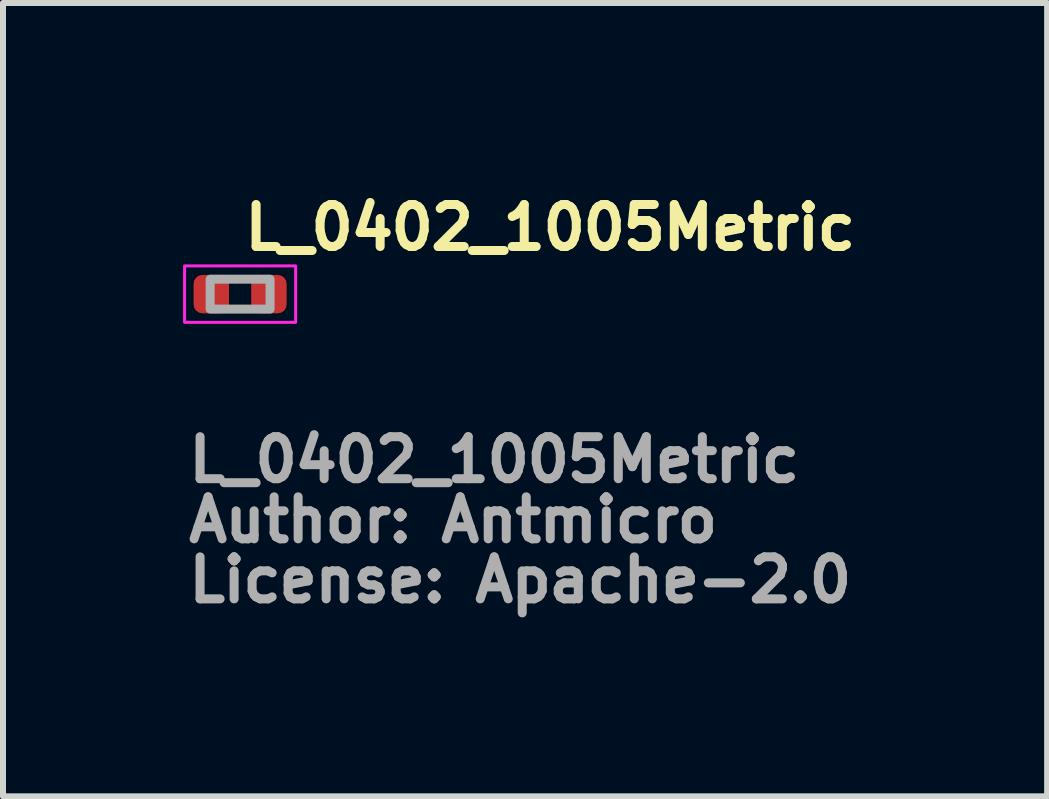
<source format=kicad_pcb>
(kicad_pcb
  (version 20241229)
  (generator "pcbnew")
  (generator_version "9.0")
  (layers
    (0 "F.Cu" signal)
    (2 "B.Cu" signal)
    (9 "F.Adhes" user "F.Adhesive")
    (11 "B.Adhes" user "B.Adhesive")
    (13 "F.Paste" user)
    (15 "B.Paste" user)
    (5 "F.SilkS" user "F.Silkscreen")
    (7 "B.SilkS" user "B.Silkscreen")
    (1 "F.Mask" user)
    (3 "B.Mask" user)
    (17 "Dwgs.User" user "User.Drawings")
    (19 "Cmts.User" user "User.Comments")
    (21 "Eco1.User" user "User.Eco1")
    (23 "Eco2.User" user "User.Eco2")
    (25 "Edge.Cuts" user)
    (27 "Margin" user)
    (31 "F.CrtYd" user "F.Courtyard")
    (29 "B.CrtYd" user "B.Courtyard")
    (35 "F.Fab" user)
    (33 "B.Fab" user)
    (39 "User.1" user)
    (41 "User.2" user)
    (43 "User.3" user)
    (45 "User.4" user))
  (footprint "L_0402_1005Metric"
    (layer "F.Cu")
    (at 0.95 1.85)
    (property "Reference" "L_0402_1005Metric" (at 0.001 -0.7 0) (layer "F.SilkS") (effects (font (size 0.7 0.7) (thickness 0.15)) (justify left bottom)))
    (attr smd)
    (fp_rect (start -0.925 -0.47) (end 0.925 0.47) (stroke (width 0.05) (type default)) (fill no) (layer "F.CrtYd"))
    (fp_rect (start -0.499 -0.249) (end 0.499 0.249) (stroke (width 0.15) (type solid)) (fill no) (layer "F.Fab"))
    (fp_line (start -0.499 -0.244) (end -0.499 -0.243) (stroke (width 0.1) (type solid)) (layer "User.5"))
    (fp_line (start -0.499 -0.243) (end -0.499 -0.243) (stroke (width 0.1) (type solid)) (layer "User.5"))
    (fp_line (start -0.499 -0.243) (end -0.499 -0.242) (stroke (width 0.1) (type solid)) (layer "User.5"))
    (fp_line (start -0.499 -0.242) (end -0.499 -0.242) (stroke (width 0.1) (type solid)) (layer "User.5"))
    (fp_line (start -0.499 -0.242) (end -0.499 -0.242) (stroke (width 0.1) (type solid)) (layer "User.5"))
    (fp_line (start -0.499 -0.242) (end -0.499 -0.241) (stroke (width 0.1) (type solid)) (layer "User.5"))
    (fp_line (start -0.499 -0.241) (end -0.499 -0.241) (stroke (width 0.1) (type solid)) (layer "User.5"))
    (fp_line (start -0.499 -0.241) (end -0.499 -0.24) (stroke (width 0.1) (type solid)) (layer "User.5"))
    (fp_line (start -0.499 -0.24) (end -0.499 -0.239) (stroke (width 0.1) (type solid)) (layer "User.5"))
    (fp_line (start -0.499 -0.239) (end -0.499 -0.239) (stroke (width 0.1) (type solid)) (layer "User.5"))
    (fp_line (start -0.499 -0.239) (end -0.499 -0.239) (stroke (width 0.1) (type solid)) (layer "User.5"))
    (fp_line (start -0.499 -0.239) (end -0.499 -0.239) (stroke (width 0.1) (type solid)) (layer "User.5"))
    (fp_line (start -0.499 0.24) (end -0.499 -0.239) (stroke (width 0.1) (type solid)) (layer "User.5"))
    (fp_line (start -0.499 0.24) (end -0.499 0.24) (stroke (width 0.1) (type solid)) (layer "User.5"))
    (fp_line (start -0.499 0.24) (end -0.499 0.24) (stroke (width 0.1) (type solid)) (layer "User.5"))
    (fp_line (start -0.499 0.24) (end -0.499 0.24) (stroke (width 0.1) (type solid)) (layer "User.5"))
    (fp_line (start -0.499 0.24) (end -0.499 0.24) (stroke (width 0.1) (type solid)) (layer "User.5"))
    (fp_line (start -0.499 0.24) (end -0.499 0.24) (stroke (width 0.1) (type solid)) (layer "User.5"))
    (fp_line (start -0.499 0.24) (end -0.499 0.241) (stroke (width 0.1) (type solid)) (layer "User.5"))
    (fp_line (start -0.499 0.241) (end -0.499 0.241) (stroke (width 0.1) (type solid)) (layer "User.5"))
    (fp_line (start -0.499 0.241) (end -0.499 0.241) (stroke (width 0.1) (type solid)) (layer "User.5"))
    (fp_line (start -0.499 0.241) (end -0.499 0.242) (stroke (width 0.1) (type solid)) (layer "User.5"))
    (fp_line (start -0.499 0.242) (end -0.499 0.242) (stroke (width 0.1) (type solid)) (layer "User.5"))
    (fp_line (start -0.499 0.242) (end -0.499 0.243) (stroke (width 0.1) (type solid)) (layer "User.5"))
    (fp_line (start -0.499 0.243) (end -0.498 0.243) (stroke (width 0.1) (type solid)) (layer "User.5"))
    (fp_line (start -0.498 -0.245) (end -0.498 -0.245) (stroke (width 0.1) (type solid)) (layer "User.5"))
    (fp_line (start -0.498 -0.245) (end -0.498 -0.245) (stroke (width 0.1) (type solid)) (layer "User.5"))
    (fp_line (start -0.498 -0.245) (end -0.498 -0.244) (stroke (width 0.1) (type solid)) (layer "User.5"))
    (fp_line (start -0.498 -0.244) (end -0.499 -0.244) (stroke (width 0.1) (type solid)) (layer "User.5"))
    (fp_line (start -0.498 0.243) (end -0.498 0.244) (stroke (width 0.1) (type solid)) (layer "User.5"))
    (fp_line (start -0.498 0.244) (end -0.498 0.244) (stroke (width 0.1) (type solid)) (layer "User.5"))
    (fp_line (start -0.498 0.244) (end -0.498 0.244) (stroke (width 0.1) (type solid)) (layer "User.5"))
    (fp_line (start -0.498 0.244) (end -0.497 0.245) (stroke (width 0.1) (type solid)) (layer "User.5"))
    (fp_line (start -0.497 -0.247) (end -0.497 -0.246) (stroke (width 0.1) (type solid)) (layer "User.5"))
    (fp_line (start -0.497 -0.246) (end -0.498 -0.245) (stroke (width 0.1) (type solid)) (layer "User.5"))
    (fp_line (start -0.497 -0.246) (end -0.497 -0.246) (stroke (width 0.1) (type solid)) (layer "User.5"))
    (fp_line (start -0.497 0.245) (end -0.497 0.245) (stroke (width 0.1) (type solid)) (layer "User.5"))
    (fp_line (start -0.497 0.245) (end -0.497 0.246) (stroke (width 0.1) (type solid)) (layer "User.5"))
    (fp_line (start -0.497 0.246) (end -0.496 0.246) (stroke (width 0.1) (type solid)) (layer "User.5"))
    (fp_line (start -0.496 -0.247) (end -0.497 -0.247) (stroke (width 0.1) (type solid)) (layer "User.5"))
    (fp_line (start -0.496 -0.247) (end -0.496 -0.247) (stroke (width 0.1) (type solid)) (layer "User.5"))
    (fp_line (start -0.496 0.246) (end -0.496 0.246) (stroke (width 0.1) (type solid)) (layer "User.5"))
    (fp_line (start -0.496 0.246) (end -0.495 0.247) (stroke (width 0.1) (type solid)) (layer "User.5"))
    (fp_line (start -0.495 -0.248) (end -0.496 -0.247) (stroke (width 0.1) (type solid)) (layer "User.5"))
    (fp_line (start -0.495 -0.248) (end -0.495 -0.248) (stroke (width 0.1) (type solid)) (layer "User.5"))
    (fp_line (start -0.495 -0.248) (end -0.495 -0.248) (stroke (width 0.1) (type solid)) (layer "User.5"))
    (fp_line (start -0.495 0.247) (end -0.495 0.247) (stroke (width 0.1) (type solid)) (layer "User.5"))
    (fp_line (start -0.495 0.247) (end -0.495 0.247) (stroke (width 0.1) (type solid)) (layer "User.5"))
    (fp_line (start -0.495 0.247) (end -0.494 0.247) (stroke (width 0.1) (type solid)) (layer "User.5"))
    (fp_line (start -0.494 -0.249) (end -0.494 -0.248) (stroke (width 0.1) (type solid)) (layer "User.5"))
    (fp_line (start -0.494 -0.248) (end -0.495 -0.248) (stroke (width 0.1) (type solid)) (layer "User.5"))
    (fp_line (start -0.494 0.247) (end -0.494 0.248) (stroke (width 0.1) (type solid)) (layer "User.5"))
    (fp_line (start -0.494 0.248) (end -0.493 0.248) (stroke (width 0.1) (type solid)) (layer "User.5"))
    (fp_line (start -0.493 -0.249) (end -0.494 -0.249) (stroke (width 0.1) (type solid)) (layer "User.5"))
    (fp_line (start -0.493 -0.249) (end -0.493 -0.249) (stroke (width 0.1) (type solid)) (layer "User.5"))
    (fp_line (start -0.493 0.248) (end -0.493 0.248) (stroke (width 0.1) (type solid)) (layer "User.5"))
    (fp_line (start -0.493 0.248) (end -0.492 0.248) (stroke (width 0.1) (type solid)) (layer "User.5"))
    (fp_line (start -0.492 -0.249) (end -0.493 -0.249) (stroke (width 0.1) (type solid)) (layer "User.5"))
    (fp_line (start -0.492 -0.249) (end -0.492 -0.249) (stroke (width 0.1) (type solid)) (layer "User.5"))
    (fp_line (start -0.492 -0.249) (end -0.492 -0.249) (stroke (width 0.1) (type solid)) (layer "User.5"))
    (fp_line (start -0.492 0.248) (end -0.492 0.248) (stroke (width 0.1) (type solid)) (layer "User.5"))
    (fp_line (start -0.492 0.248) (end -0.492 0.248) (stroke (width 0.1) (type solid)) (layer "User.5"))
    (fp_line (start -0.492 0.248) (end -0.491 0.248) (stroke (width 0.1) (type solid)) (layer "User.5"))
    (fp_line (start -0.491 -0.249) (end -0.492 -0.249) (stroke (width 0.1) (type solid)) (layer "User.5"))
    (fp_line (start -0.491 -0.249) (end -0.491 -0.249) (stroke (width 0.1) (type solid)) (layer "User.5"))
    (fp_line (start -0.491 0.248) (end -0.491 0.248) (stroke (width 0.1) (type solid)) (layer "User.5"))
    (fp_line (start -0.491 0.248) (end -0.49 0.248) (stroke (width 0.1) (type solid)) (layer "User.5"))
    (fp_line (start -0.489 -0.249) (end -0.299 -0.249) (stroke (width 0.1) (type solid)) (layer "User.5"))
    (fp_line (start -0.299 -0.249) (end -0.299 -0.239) (stroke (width 0.1) (type solid)) (layer "User.5"))
    (fp_line (start -0.299 -0.239) (end -0.299 0.24) (stroke (width 0.1) (type solid)) (layer "User.5"))
    (fp_line (start -0.299 -0.239) (end 0.298 -0.239) (stroke (width 0.1) (type solid)) (layer "User.5"))
    (fp_line (start -0.299 0.24) (end -0.299 0.248) (stroke (width 0.1) (type solid)) (layer "User.5"))
    (fp_line (start -0.299 0.24) (end 0.298 0.24) (stroke (width 0.1) (type solid)) (layer "User.5"))
    (fp_line (start -0.299 0.248) (end -0.489 0.248) (stroke (width 0.1) (type solid)) (layer "User.5"))
    (fp_line (start 0.298 -0.249) (end 0.298 -0.239) (stroke (width 0.1) (type solid)) (layer "User.5"))
    (fp_line (start 0.298 -0.239) (end 0.298 0.24) (stroke (width 0.1) (type solid)) (layer "User.5"))
    (fp_line (start 0.298 0.24) (end 0.298 0.248) (stroke (width 0.1) (type solid)) (layer "User.5"))
    (fp_line (start 0.298 0.248) (end 0.488 0.248) (stroke (width 0.1) (type solid)) (layer "User.5"))
    (fp_line (start 0.488 -0.249) (end 0.298 -0.249) (stroke (width 0.1) (type solid)) (layer "User.5"))
    (fp_line (start 0.49 0.248) (end 0.491 0.248) (stroke (width 0.1) (type solid)) (layer "User.5"))
    (fp_line (start 0.491 -0.249) (end 0.49 -0.249) (stroke (width 0.1) (type solid)) (layer "User.5"))
    (fp_line (start 0.491 -0.249) (end 0.491 -0.249) (stroke (width 0.1) (type solid)) (layer "User.5"))
    (fp_line (start 0.491 -0.249) (end 0.491 -0.249) (stroke (width 0.1) (type solid)) (layer "User.5"))
    (fp_line (start 0.491 0.248) (end 0.491 0.248) (stroke (width 0.1) (type solid)) (layer "User.5"))
    (fp_line (start 0.491 0.248) (end 0.491 0.248) (stroke (width 0.1) (type solid)) (layer "User.5"))
    (fp_line (start 0.491 0.248) (end 0.492 0.248) (stroke (width 0.1) (type solid)) (layer "User.5"))
    (fp_line (start 0.492 -0.249) (end 0.491 -0.249) (stroke (width 0.1) (type solid)) (layer "User.5"))
    (fp_line (start 0.492 -0.249) (end 0.492 -0.249) (stroke (width 0.1) (type solid)) (layer "User.5"))
    (fp_line (start 0.492 0.248) (end 0.492 0.248) (stroke (width 0.1) (type solid)) (layer "User.5"))
    (fp_line (start 0.492 0.248) (end 0.493 0.248) (stroke (width 0.1) (type solid)) (layer "User.5"))
    (fp_line (start 0.493 -0.249) (end 0.492 -0.249) (stroke (width 0.1) (type solid)) (layer "User.5"))
    (fp_line (start 0.493 -0.248) (end 0.493 -0.249) (stroke (width 0.1) (type solid)) (layer "User.5"))
    (fp_line (start 0.493 0.247) (end 0.494 0.247) (stroke (width 0.1) (type solid)) (layer "User.5"))
    (fp_line (start 0.493 0.248) (end 0.493 0.247) (stroke (width 0.1) (type solid)) (layer "User.5"))
    (fp_line (start 0.494 -0.248) (end 0.493 -0.248) (stroke (width 0.1) (type solid)) (layer "User.5"))
    (fp_line (start 0.494 -0.248) (end 0.494 -0.248) (stroke (width 0.1) (type solid)) (layer "User.5"))
    (fp_line (start 0.494 -0.248) (end 0.494 -0.248) (stroke (width 0.1) (type solid)) (layer "User.5"))
    (fp_line (start 0.494 0.247) (end 0.494 0.247) (stroke (width 0.1) (type solid)) (layer "User.5"))
    (fp_line (start 0.494 0.247) (end 0.494 0.247) (stroke (width 0.1) (type solid)) (layer "User.5"))
    (fp_line (start 0.494 0.247) (end 0.495 0.246) (stroke (width 0.1) (type solid)) (layer "User.5"))
    (fp_line (start 0.495 -0.247) (end 0.494 -0.248) (stroke (width 0.1) (type solid)) (layer "User.5"))
    (fp_line (start 0.495 -0.247) (end 0.495 -0.247) (stroke (width 0.1) (type solid)) (layer "User.5"))
    (fp_line (start 0.495 0.246) (end 0.495 0.246) (stroke (width 0.1) (type solid)) (layer "User.5"))
    (fp_line (start 0.495 0.246) (end 0.496 0.246) (stroke (width 0.1) (type solid)) (layer "User.5"))
    (fp_line (start 0.496 -0.247) (end 0.495 -0.247) (stroke (width 0.1) (type solid)) (layer "User.5"))
    (fp_line (start 0.496 -0.246) (end 0.496 -0.247) (stroke (width 0.1) (type solid)) (layer "User.5"))
    (fp_line (start 0.496 -0.246) (end 0.496 -0.246) (stroke (width 0.1) (type solid)) (layer "User.5"))
    (fp_line (start 0.496 0.245) (end 0.496 0.245) (stroke (width 0.1) (type solid)) (layer "User.5"))
    (fp_line (start 0.496 0.245) (end 0.497 0.244) (stroke (width 0.1) (type solid)) (layer "User.5"))
    (fp_line (start 0.496 0.246) (end 0.496 0.245) (stroke (width 0.1) (type solid)) (layer "User.5"))
    (fp_line (start 0.497 -0.245) (end 0.496 -0.246) (stroke (width 0.1) (type solid)) (layer "User.5"))
    (fp_line (start 0.497 -0.245) (end 0.497 -0.245) (stroke (width 0.1) (type solid)) (layer "User.5"))
    (fp_line (start 0.497 -0.245) (end 0.497 -0.245) (stroke (width 0.1) (type solid)) (layer "User.5"))
    (fp_line (start 0.497 -0.244) (end 0.497 -0.245) (stroke (width 0.1) (type solid)) (layer "User.5"))
    (fp_line (start 0.497 0.243) (end 0.498 0.243) (stroke (width 0.1) (type solid)) (layer "User.5"))
    (fp_line (start 0.497 0.244) (end 0.497 0.243) (stroke (width 0.1) (type solid)) (layer "User.5"))
    (fp_line (start 0.497 0.244) (end 0.497 0.244) (stroke (width 0.1) (type solid)) (layer "User.5"))
    (fp_line (start 0.497 0.244) (end 0.497 0.244) (stroke (width 0.1) (type solid)) (layer "User.5"))
    (fp_line (start 0.498 -0.244) (end 0.497 -0.244) (stroke (width 0.1) (type solid)) (layer "User.5"))
    (fp_line (start 0.498 -0.243) (end 0.498 -0.244) (stroke (width 0.1) (type solid)) (layer "User.5"))
    (fp_line (start 0.498 -0.243) (end 0.498 -0.243) (stroke (width 0.1) (type solid)) (layer "User.5"))
    (fp_line (start 0.498 -0.242) (end 0.498 -0.243) (stroke (width 0.1) (type solid)) (layer "User.5"))
    (fp_line (start 0.498 -0.242) (end 0.498 -0.242) (stroke (width 0.1) (type solid)) (layer "User.5"))
    (fp_line (start 0.498 -0.242) (end 0.498 -0.242) (stroke (width 0.1) (type solid)) (layer "User.5"))
    (fp_line (start 0.498 -0.241) (end 0.498 -0.242) (stroke (width 0.1) (type solid)) (layer "User.5"))
    (fp_line (start 0.498 -0.241) (end 0.498 -0.241) (stroke (width 0.1) (type solid)) (layer "User.5"))
    (fp_line (start 0.498 -0.24) (end 0.498 -0.241) (stroke (width 0.1) (type solid)) (layer "User.5"))
    (fp_line (start 0.498 0.24) (end 0.498 -0.239) (stroke (width 0.1) (type solid)) (layer "User.5"))
    (fp_line (start 0.498 0.24) (end 0.498 0.24) (stroke (width 0.1) (type solid)) (layer "User.5"))
    (fp_line (start 0.498 0.241) (end 0.498 0.24) (stroke (width 0.1) (type solid)) (layer "User.5"))
    (fp_line (start 0.498 0.241) (end 0.498 0.241) (stroke (width 0.1) (type solid)) (layer "User.5"))
    (fp_line (start 0.498 0.241) (end 0.498 0.241) (stroke (width 0.1) (type solid)) (layer "User.5"))
    (fp_line (start 0.498 0.242) (end 0.498 0.241) (stroke (width 0.1) (type solid)) (layer "User.5"))
    (fp_line (start 0.498 0.242) (end 0.498 0.242) (stroke (width 0.1) (type solid)) (layer "User.5"))
    (fp_line (start 0.498 0.243) (end 0.498 0.242) (stroke (width 0.1) (type solid)) (layer "User.5"))
    (fp_rect (start -0.499 -0.249) (end 0.498 0.248) (stroke (width 0.1) (type solid)) (fill no) (layer "User.5"))
    (fp_line (start -0.499 -0.244) (end -0.499 -0.243) (stroke (width 0.02) (type solid)) (layer "User.9"))
    (fp_line (start -0.499 -0.243) (end -0.499 -0.243) (stroke (width 0.02) (type solid)) (layer "User.9"))
    (fp_line (start -0.499 -0.243) (end -0.499 -0.242) (stroke (width 0.02) (type solid)) (layer "User.9"))
    (fp_line (start -0.499 -0.242) (end -0.499 -0.242) (stroke (width 0.02) (type solid)) (layer "User.9"))
    (fp_line (start -0.499 -0.242) (end -0.499 -0.242) (stroke (width 0.02) (type solid)) (layer "User.9"))
    (fp_line (start -0.499 -0.242) (end -0.499 -0.241) (stroke (width 0.02) (type solid)) (layer "User.9"))
    (fp_line (start -0.499 -0.241) (end -0.499 -0.241) (stroke (width 0.02) (type solid)) (layer "User.9"))
    (fp_line (start -0.499 -0.241) (end -0.499 -0.24) (stroke (width 0.02) (type solid)) (layer "User.9"))
    (fp_line (start -0.499 -0.24) (end -0.499 -0.239) (stroke (width 0.02) (type solid)) (layer "User.9"))
    (fp_line (start -0.499 -0.239) (end -0.499 -0.239) (stroke (width 0.02) (type solid)) (layer "User.9"))
    (fp_line (start -0.499 -0.239) (end -0.499 -0.239) (stroke (width 0.02) (type solid)) (layer "User.9"))
    (fp_line (start -0.499 -0.239) (end -0.499 -0.239) (stroke (width 0.02) (type solid)) (layer "User.9"))
    (fp_line (start -0.499 -0.239) (end -0.499 -0.239) (stroke (width 0.02) (type solid)) (layer "User.9"))
    (fp_line (start -0.499 -0.239) (end -0.499 -0.239) (stroke (width 0.02) (type solid)) (layer "User.9"))
    (fp_line (start -0.499 -0.239) (end -0.499 -0.239) (stroke (width 0.02) (type solid)) (layer "User.9"))
    (fp_line (start -0.499 -0.239) (end -0.499 -0.239) (stroke (width 0.02) (type solid)) (layer "User.9"))
    (fp_line (start -0.499 -0.239) (end -0.499 -0.238) (stroke (width 0.02) (type solid)) (layer "User.9"))
    (fp_line (start -0.499 -0.238) (end -0.499 -0.238) (stroke (width 0.02) (type solid)) (layer "User.9"))
    (fp_line (start -0.499 -0.238) (end -0.499 -0.237) (stroke (width 0.02) (type solid)) (layer "User.9"))
    (fp_line (start -0.499 -0.237) (end -0.498 -0.237) (stroke (width 0.02) (type solid)) (layer "User.9"))
    (fp_line (start -0.499 0.236) (end -0.499 0.237) (stroke (width 0.02) (type solid)) (layer "User.9"))
    (fp_line (start -0.499 0.237) (end -0.499 0.237) (stroke (width 0.02) (type solid)) (layer "User.9"))
    (fp_line (start -0.499 0.237) (end -0.499 0.238) (stroke (width 0.02) (type solid)) (layer "User.9"))
    (fp_line (start -0.499 0.238) (end -0.499 0.238) (stroke (width 0.02) (type solid)) (layer "User.9"))
    (fp_line (start -0.499 0.238) (end -0.499 0.238) (stroke (width 0.02) (type solid)) (layer "User.9"))
    (fp_line (start -0.499 0.238) (end -0.499 0.239) (stroke (width 0.02) (type solid)) (layer "User.9"))
    (fp_line (start -0.499 0.239) (end -0.499 0.239) (stroke (width 0.02) (type solid)) (layer "User.9"))
    (fp_line (start -0.499 0.239) (end -0.499 0.24) (stroke (width 0.02) (type solid)) (layer "User.9"))
    (fp_line (start -0.499 0.24) (end -0.499 -0.239) (stroke (width 0.02) (type solid)) (layer "User.9"))
    (fp_line (start -0.499 0.24) (end -0.499 0.24) (stroke (width 0.02) (type solid)) (layer "User.9"))
    (fp_line (start -0.499 0.24) (end -0.499 0.24) (stroke (width 0.02) (type solid)) (layer "User.9"))
    (fp_line (start -0.499 0.24) (end -0.499 0.24) (stroke (width 0.02) (type solid)) (layer "User.9"))
    (fp_line (start -0.499 0.24) (end -0.499 0.24) (stroke (width 0.02) (type solid)) (layer "User.9"))
    (fp_line (start -0.499 0.24) (end -0.499 0.24) (stroke (width 0.02) (type solid)) (layer "User.9"))
    (fp_line (start -0.499 0.24) (end -0.499 0.241) (stroke (width 0.02) (type solid)) (layer "User.9"))
    (fp_line (start -0.499 0.241) (end -0.499 0.241) (stroke (width 0.02) (type solid)) (layer "User.9"))
    (fp_line (start -0.499 0.241) (end -0.499 0.241) (stroke (width 0.02) (type solid)) (layer "User.9"))
    (fp_line (start -0.499 0.241) (end -0.499 0.242) (stroke (width 0.02) (type solid)) (layer "User.9"))
    (fp_line (start -0.499 0.242) (end -0.499 0.242) (stroke (width 0.02) (type solid)) (layer "User.9"))
    (fp_line (start -0.499 0.242) (end -0.499 0.243) (stroke (width 0.02) (type solid)) (layer "User.9"))
    (fp_line (start -0.499 0.243) (end -0.498 0.243) (stroke (width 0.02) (type solid)) (layer "User.9"))
    (fp_line (start -0.498 -0.245) (end -0.498 -0.245) (stroke (width 0.02) (type solid)) (layer "User.9"))
    (fp_line (start -0.498 -0.245) (end -0.498 -0.245) (stroke (width 0.02) (type solid)) (layer "User.9"))
    (fp_line (start -0.498 -0.245) (end -0.498 -0.244) (stroke (width 0.02) (type solid)) (layer "User.9"))
    (fp_line (start -0.498 -0.244) (end -0.499 -0.244) (stroke (width 0.02) (type solid)) (layer "User.9"))
    (fp_line (start -0.498 -0.237) (end -0.498 -0.236) (stroke (width 0.02) (type solid)) (layer "User.9"))
    (fp_line (start -0.498 -0.236) (end -0.498 -0.236) (stroke (width 0.02) (type solid)) (layer "User.9"))
    (fp_line (start -0.498 -0.236) (end -0.498 -0.236) (stroke (width 0.02) (type solid)) (layer "User.9"))
    (fp_line (start -0.498 -0.236) (end -0.497 -0.235) (stroke (width 0.02) (type solid)) (layer "User.9"))
    (fp_line (start -0.498 0.235) (end -0.498 0.235) (stroke (width 0.02) (type solid)) (layer "User.9"))
    (fp_line (start -0.498 0.235) (end -0.498 0.235) (stroke (width 0.02) (type solid)) (layer "User.9"))
    (fp_line (start -0.498 0.235) (end -0.498 0.236) (stroke (width 0.02) (type solid)) (layer "User.9"))
    (fp_line (start -0.498 0.236) (end -0.499 0.236) (stroke (width 0.02) (type solid)) (layer "User.9"))
    (fp_line (start -0.498 0.243) (end -0.498 0.244) (stroke (width 0.02) (type solid)) (layer "User.9"))
    (fp_line (start -0.498 0.244) (end -0.498 0.244) (stroke (width 0.02) (type solid)) (layer "User.9"))
    (fp_line (start -0.498 0.244) (end -0.498 0.244) (stroke (width 0.02) (type solid)) (layer "User.9"))
    (fp_line (start -0.498 0.244) (end -0.497 0.245) (stroke (width 0.02) (type solid)) (layer "User.9"))
    (fp_line (start -0.497 -0.247) (end -0.497 -0.246) (stroke (width 0.02) (type solid)) (layer "User.9"))
    (fp_line (start -0.497 -0.246) (end -0.498 -0.245) (stroke (width 0.02) (type solid)) (layer "User.9"))
    (fp_line (start -0.497 -0.246) (end -0.497 -0.246) (stroke (width 0.02) (type solid)) (layer "User.9"))
    (fp_line (start -0.497 -0.235) (end -0.497 -0.235) (stroke (width 0.02) (type solid)) (layer "User.9"))
    (fp_line (start -0.497 -0.235) (end -0.497 -0.234) (stroke (width 0.02) (type solid)) (layer "User.9"))
    (fp_line (start -0.497 -0.234) (end -0.496 -0.234) (stroke (width 0.02) (type solid)) (layer "User.9"))
    (fp_line (start -0.497 0.233) (end -0.497 0.234) (stroke (width 0.02) (type solid)) (layer "User.9"))
    (fp_line (start -0.497 0.234) (end -0.498 0.235) (stroke (width 0.02) (type solid)) (layer "User.9"))
    (fp_line (start -0.497 0.234) (end -0.497 0.234) (stroke (width 0.02) (type solid)) (layer "User.9"))
    (fp_line (start -0.497 0.245) (end -0.497 0.245) (stroke (width 0.02) (type solid)) (layer "User.9"))
    (fp_line (start -0.497 0.245) (end -0.497 0.246) (stroke (width 0.02) (type solid)) (layer "User.9"))
    (fp_line (start -0.497 0.246) (end -0.496 0.246) (stroke (width 0.02) (type solid)) (layer "User.9"))
    (fp_line (start -0.496 -0.247) (end -0.497 -0.247) (stroke (width 0.02) (type solid)) (layer "User.9"))
    (fp_line (start -0.496 -0.247) (end -0.496 -0.247) (stroke (width 0.02) (type solid)) (layer "User.9"))
    (fp_line (start -0.496 -0.234) (end -0.496 -0.234) (stroke (width 0.02) (type solid)) (layer "User.9"))
    (fp_line (start -0.496 -0.234) (end -0.495 -0.233) (stroke (width 0.02) (type solid)) (layer "User.9"))
    (fp_line (start -0.496 0.233) (end -0.497 0.233) (stroke (width 0.02) (type solid)) (layer "User.9"))
    (fp_line (start -0.496 0.233) (end -0.496 0.233) (stroke (width 0.02) (type solid)) (layer "User.9"))
    (fp_line (start -0.496 0.246) (end -0.496 0.246) (stroke (width 0.02) (type solid)) (layer "User.9"))
    (fp_line (start -0.496 0.246) (end -0.495 0.247) (stroke (width 0.02) (type solid)) (layer "User.9"))
    (fp_line (start -0.495 -0.248) (end -0.496 -0.247) (stroke (width 0.02) (type solid)) (layer "User.9"))
    (fp_line (start -0.495 -0.248) (end -0.495 -0.248) (stroke (width 0.02) (type solid)) (layer "User.9"))
    (fp_line (start -0.495 -0.248) (end -0.495 -0.248) (stroke (width 0.02) (type solid)) (layer "User.9"))
    (fp_line (start -0.495 -0.233) (end -0.495 -0.233) (stroke (width 0.02) (type solid)) (layer "User.9"))
    (fp_line (start -0.495 -0.233) (end -0.495 -0.233) (stroke (width 0.02) (type solid)) (layer "User.9"))
    (fp_line (start -0.495 -0.233) (end -0.494 -0.233) (stroke (width 0.02) (type solid)) (layer "User.9"))
    (fp_line (start -0.495 0.232) (end -0.496 0.233) (stroke (width 0.02) (type solid)) (layer "User.9"))
    (fp_line (start -0.495 0.232) (end -0.495 0.232) (stroke (width 0.02) (type solid)) (layer "User.9"))
    (fp_line (start -0.495 0.232) (end -0.495 0.232) (stroke (width 0.02) (type solid)) (layer "User.9"))
    (fp_line (start -0.495 0.247) (end -0.495 0.247) (stroke (width 0.02) (type solid)) (layer "User.9"))
    (fp_line (start -0.495 0.247) (end -0.495 0.247) (stroke (width 0.02) (type solid)) (layer "User.9"))
    (fp_line (start -0.495 0.247) (end -0.494 0.247) (stroke (width 0.02) (type solid)) (layer "User.9"))
    (fp_line (start -0.494 -0.249) (end -0.494 -0.248) (stroke (width 0.02) (type solid)) (layer "User.9"))
    (fp_line (start -0.494 -0.248) (end -0.495 -0.248) (stroke (width 0.02) (type solid)) (layer "User.9"))
    (fp_line (start -0.494 -0.233) (end -0.494 -0.232) (stroke (width 0.02) (type solid)) (layer "User.9"))
    (fp_line (start -0.494 -0.232) (end -0.493 -0.232) (stroke (width 0.02) (type solid)) (layer "User.9"))
    (fp_line (start -0.494 0.231) (end -0.494 0.232) (stroke (width 0.02) (type solid)) (layer "User.9"))
    (fp_line (start -0.494 0.232) (end -0.495 0.232) (stroke (width 0.02) (type solid)) (layer "User.9"))
    (fp_line (start -0.494 0.247) (end -0.494 0.248) (stroke (width 0.02) (type solid)) (layer "User.9"))
    (fp_line (start -0.494 0.248) (end -0.493 0.248) (stroke (width 0.02) (type solid)) (layer "User.9"))
    (fp_line (start -0.493 -0.249) (end -0.494 -0.249) (stroke (width 0.02) (type solid)) (layer "User.9"))
    (fp_line (start -0.493 -0.249) (end -0.493 -0.249) (stroke (width 0.02) (type solid)) (layer "User.9"))
    (fp_line (start -0.493 -0.232) (end -0.493 -0.232) (stroke (width 0.02) (type solid)) (layer "User.9"))
    (fp_line (start -0.493 -0.232) (end -0.492 -0.232) (stroke (width 0.02) (type solid)) (layer "User.9"))
    (fp_line (start -0.493 0.231) (end -0.494 0.231) (stroke (width 0.02) (type solid)) (layer "User.9"))
    (fp_line (start -0.493 0.231) (end -0.493 0.231) (stroke (width 0.02) (type solid)) (layer "User.9"))
    (fp_line (start -0.493 0.248) (end -0.493 0.248) (stroke (width 0.02) (type solid)) (layer "User.9"))
    (fp_line (start -0.493 0.248) (end -0.492 0.248) (stroke (width 0.02) (type solid)) (layer "User.9"))
    (fp_line (start -0.492 -0.249) (end -0.493 -0.249) (stroke (width 0.02) (type solid)) (layer "User.9"))
    (fp_line (start -0.492 -0.249) (end -0.492 -0.249) (stroke (width 0.02) (type solid)) (layer "User.9"))
    (fp_line (start -0.492 -0.249) (end -0.492 -0.249) (stroke (width 0.02) (type solid)) (layer "User.9"))
    (fp_line (start -0.492 -0.232) (end -0.492 -0.232) (stroke (width 0.02) (type solid)) (layer "User.9"))
    (fp_line (start -0.492 -0.232) (end -0.492 -0.232) (stroke (width 0.02) (type solid)) (layer "User.9"))
    (fp_line (start -0.492 -0.232) (end -0.491 -0.232) (stroke (width 0.02) (type solid)) (layer "User.9"))
    (fp_line (start -0.492 0.231) (end -0.493 0.231) (stroke (width 0.02) (type solid)) (layer "User.9"))
    (fp_line (start -0.492 0.231) (end -0.492 0.231) (stroke (width 0.02) (type solid)) (layer "User.9"))
    (fp_line (start -0.492 0.231) (end -0.492 0.231) (stroke (width 0.02) (type solid)) (layer "User.9"))
    (fp_line (start -0.492 0.248) (end -0.492 0.248) (stroke (width 0.02) (type solid)) (layer "User.9"))
    (fp_line (start -0.492 0.248) (end -0.492 0.248) (stroke (width 0.02) (type solid)) (layer "User.9"))
    (fp_line (start -0.492 0.248) (end -0.491 0.248) (stroke (width 0.02) (type solid)) (layer "User.9"))
    (fp_line (start -0.491 -0.249) (end -0.492 -0.249) (stroke (width 0.02) (type solid)) (layer "User.9"))
    (fp_line (start -0.491 -0.249) (end -0.491 -0.249) (stroke (width 0.02) (type solid)) (layer "User.9"))
    (fp_line (start -0.491 -0.232) (end -0.491 -0.232) (stroke (width 0.02) (type solid)) (layer "User.9"))
    (fp_line (start -0.491 -0.232) (end -0.49 -0.232) (stroke (width 0.02) (type solid)) (layer "User.9"))
    (fp_line (start -0.491 0.231) (end -0.492 0.231) (stroke (width 0.02) (type solid)) (layer "User.9"))
    (fp_line (start -0.491 0.231) (end -0.491 0.231) (stroke (width 0.02) (type solid)) (layer "User.9"))
    (fp_line (start -0.491 0.248) (end -0.491 0.248) (stroke (width 0.02) (type solid)) (layer "User.9"))
    (fp_line (start -0.491 0.248) (end -0.49 0.248) (stroke (width 0.02) (type solid)) (layer "User.9"))
    (fp_line (start -0.49 -0.249) (end -0.491 -0.249) (stroke (width 0.02) (type solid)) (layer "User.9"))
    (fp_line (start -0.49 -0.232) (end -0.489 -0.232) (stroke (width 0.02) (type solid)) (layer "User.9"))
    (fp_line (start -0.49 0.231) (end -0.491 0.231) (stroke (width 0.02) (type solid)) (layer "User.9"))
    (fp_line (start -0.49 0.248) (end -0.489 0.248) (stroke (width 0.02) (type solid)) (layer "User.9"))
    (fp_line (start -0.489 -0.249) (end -0.49 -0.249) (stroke (width 0.02) (type solid)) (layer "User.9"))
    (fp_line (start -0.489 -0.249) (end -0.489 -0.249) (stroke (width 0.02) (type solid)) (layer "User.9"))
    (fp_line (start -0.489 -0.249) (end -0.489 -0.249) (stroke (width 0.02) (type solid)) (layer "User.9"))
    (fp_line (start -0.489 -0.249) (end -0.299 -0.249) (stroke (width 0.02) (type solid)) (layer "User.9"))
    (fp_line (start -0.489 -0.232) (end -0.489 -0.232) (stroke (width 0.02) (type solid)) (layer "User.9"))
    (fp_line (start -0.489 -0.232) (end -0.489 -0.232) (stroke (width 0.02) (type solid)) (layer "User.9"))
    (fp_line (start -0.489 -0.232) (end -0.488 -0.232) (stroke (width 0.02) (type solid)) (layer "User.9"))
    (fp_line (start -0.489 0.231) (end -0.49 0.231) (stroke (width 0.02) (type solid)) (layer "User.9"))
    (fp_line (start -0.489 0.231) (end -0.489 0.231) (stroke (width 0.02) (type solid)) (layer "User.9"))
    (fp_line (start -0.489 0.231) (end -0.489 0.231) (stroke (width 0.02) (type solid)) (layer "User.9"))
    (fp_line (start -0.489 0.248) (end -0.489 0.248) (stroke (width 0.02) (type solid)) (layer "User.9"))
    (fp_line (start -0.489 0.248) (end -0.489 0.248) (stroke (width 0.02) (type solid)) (layer "User.9"))
    (fp_line (start -0.489 0.248) (end -0.488 0.248) (stroke (width 0.02) (type solid)) (layer "User.9"))
    (fp_line (start -0.488 -0.249) (end -0.489 -0.249) (stroke (width 0.02) (type solid)) (layer "User.9"))
    (fp_line (start -0.488 -0.249) (end -0.488 -0.249) (stroke (width 0.02) (type solid)) (layer "User.9"))
    (fp_line (start -0.488 -0.232) (end -0.488 -0.232) (stroke (width 0.02) (type solid)) (layer "User.9"))
    (fp_line (start -0.488 -0.232) (end -0.487 -0.232) (stroke (width 0.02) (type solid)) (layer "User.9"))
    (fp_line (start -0.488 0.231) (end -0.489 0.231) (stroke (width 0.02) (type solid)) (layer "User.9"))
    (fp_line (start -0.488 0.231) (end -0.488 0.231) (stroke (width 0.02) (type solid)) (layer "User.9"))
    (fp_line (start -0.488 0.248) (end -0.488 0.248) (stroke (width 0.02) (type solid)) (layer "User.9"))
    (fp_line (start -0.488 0.248) (end -0.487 0.248) (stroke (width 0.02) (type solid)) (layer "User.9"))
    (fp_line (start -0.487 -0.249) (end -0.488 -0.249) (stroke (width 0.02) (type solid)) (layer "User.9"))
    (fp_line (start -0.487 -0.249) (end -0.487 -0.249) (stroke (width 0.02) (type solid)) (layer "User.9"))
    (fp_line (start -0.487 -0.249) (end -0.487 -0.249) (stroke (width 0.02) (type solid)) (layer "User.9"))
    (fp_line (start -0.487 -0.232) (end -0.487 -0.232) (stroke (width 0.02) (type solid)) (layer "User.9"))
    (fp_line (start -0.487 -0.232) (end -0.487 -0.232) (stroke (width 0.02) (type solid)) (layer "User.9"))
    (fp_line (start -0.487 -0.232) (end -0.486 -0.232) (stroke (width 0.02) (type solid)) (layer "User.9"))
    (fp_line (start -0.487 0.231) (end -0.488 0.231) (stroke (width 0.02) (type solid)) (layer "User.9"))
    (fp_line (start -0.487 0.231) (end -0.487 0.231) (stroke (width 0.02) (type solid)) (layer "User.9"))
    (fp_line (start -0.487 0.231) (end -0.487 0.231) (stroke (width 0.02) (type solid)) (layer "User.9"))
    (fp_line (start -0.487 0.248) (end -0.487 0.248) (stroke (width 0.02) (type solid)) (layer "User.9"))
    (fp_line (start -0.487 0.248) (end -0.487 0.248) (stroke (width 0.02) (type solid)) (layer "User.9"))
    (fp_line (start -0.487 0.248) (end -0.486 0.248) (stroke (width 0.02) (type solid)) (layer "User.9"))
    (fp_line (start -0.486 -0.249) (end -0.487 -0.249) (stroke (width 0.02) (type solid)) (layer "User.9"))
    (fp_line (start -0.486 -0.249) (end -0.486 -0.249) (stroke (width 0.02) (type solid)) (layer "User.9"))
    (fp_line (start -0.486 -0.232) (end -0.486 -0.232) (stroke (width 0.02) (type solid)) (layer "User.9"))
    (fp_line (start -0.486 -0.232) (end -0.485 -0.232) (stroke (width 0.02) (type solid)) (layer "User.9"))
    (fp_line (start -0.486 0.231) (end -0.487 0.231) (stroke (width 0.02) (type solid)) (layer "User.9"))
    (fp_line (start -0.486 0.231) (end -0.486 0.231) (stroke (width 0.02) (type solid)) (layer "User.9"))
    (fp_line (start -0.486 0.248) (end -0.486 0.248) (stroke (width 0.02) (type solid)) (layer "User.9"))
    (fp_line (start -0.486 0.248) (end -0.485 0.248) (stroke (width 0.02) (type solid)) (layer "User.9"))
    (fp_line (start -0.485 -0.249) (end -0.486 -0.249) (stroke (width 0.02) (type solid)) (layer "User.9"))
    (fp_line (start -0.485 -0.248) (end -0.485 -0.249) (stroke (width 0.02) (type solid)) (layer "User.9"))
    (fp_line (start -0.485 -0.233) (end -0.484 -0.233) (stroke (width 0.02) (type solid)) (layer "User.9"))
    (fp_line (start -0.485 -0.232) (end -0.485 -0.233) (stroke (width 0.02) (type solid)) (layer "User.9"))
    (fp_line (start -0.485 0.231) (end -0.486 0.231) (stroke (width 0.02) (type solid)) (layer "User.9"))
    (fp_line (start -0.485 0.232) (end -0.485 0.231) (stroke (width 0.02) (type solid)) (layer "User.9"))
    (fp_line (start -0.485 0.247) (end -0.484 0.247) (stroke (width 0.02) (type solid)) (layer "User.9"))
    (fp_line (start -0.485 0.248) (end -0.485 0.247) (stroke (width 0.02) (type solid)) (layer "User.9"))
    (fp_line (start -0.484 -0.248) (end -0.485 -0.248) (stroke (width 0.02) (type solid)) (layer "User.9"))
    (fp_line (start -0.484 -0.248) (end -0.484 -0.248) (stroke (width 0.02) (type solid)) (layer "User.9"))
    (fp_line (start -0.484 -0.248) (end -0.484 -0.248) (stroke (width 0.02) (type solid)) (layer "User.9"))
    (fp_line (start -0.484 -0.233) (end -0.484 -0.233) (stroke (width 0.02) (type solid)) (layer "User.9"))
    (fp_line (start -0.484 -0.233) (end -0.484 -0.233) (stroke (width 0.02) (type solid)) (layer "User.9"))
    (fp_line (start -0.484 -0.233) (end -0.483 -0.234) (stroke (width 0.02) (type solid)) (layer "User.9"))
    (fp_line (start -0.484 0.232) (end -0.485 0.232) (stroke (width 0.02) (type solid)) (layer "User.9"))
    (fp_line (start -0.484 0.232) (end -0.484 0.232) (stroke (width 0.02) (type solid)) (layer "User.9"))
    (fp_line (start -0.484 0.232) (end -0.484 0.232) (stroke (width 0.02) (type solid)) (layer "User.9"))
    (fp_line (start -0.484 0.247) (end -0.484 0.247) (stroke (width 0.02) (type solid)) (layer "User.9"))
    (fp_line (start -0.484 0.247) (end -0.484 0.247) (stroke (width 0.02) (type solid)) (layer "User.9"))
    (fp_line (start -0.484 0.247) (end -0.483 0.246) (stroke (width 0.02) (type solid)) (layer "User.9"))
    (fp_line (start -0.483 -0.247) (end -0.484 -0.248) (stroke (width 0.02) (type solid)) (layer "User.9"))
    (fp_line (start -0.483 -0.247) (end -0.483 -0.247) (stroke (width 0.02) (type solid)) (layer "User.9"))
    (fp_line (start -0.483 -0.234) (end -0.483 -0.234) (stroke (width 0.02) (type solid)) (layer "User.9"))
    (fp_line (start -0.483 -0.234) (end -0.482 -0.234) (stroke (width 0.02) (type solid)) (layer "User.9"))
    (fp_line (start -0.483 0.233) (end -0.484 0.232) (stroke (width 0.02) (type solid)) (layer "User.9"))
    (fp_line (start -0.483 0.233) (end -0.483 0.233) (stroke (width 0.02) (type solid)) (layer "User.9"))
    (fp_line (start -0.483 0.246) (end -0.483 0.246) (stroke (width 0.02) (type solid)) (layer "User.9"))
    (fp_line (start -0.483 0.246) (end -0.482 0.246) (stroke (width 0.02) (type solid)) (layer "User.9"))
    (fp_line (start -0.482 -0.247) (end -0.483 -0.247) (stroke (width 0.02) (type solid)) (layer "User.9"))
    (fp_line (start -0.482 -0.246) (end -0.482 -0.247) (stroke (width 0.02) (type solid)) (layer "User.9"))
    (fp_line (start -0.482 -0.246) (end -0.482 -0.246) (stroke (width 0.02) (type solid)) (layer "User.9"))
    (fp_line (start -0.482 -0.235) (end -0.482 -0.235) (stroke (width 0.02) (type solid)) (layer "User.9"))
    (fp_line (start -0.482 -0.235) (end -0.481 -0.236) (stroke (width 0.02) (type solid)) (layer "User.9"))
    (fp_line (start -0.482 -0.234) (end -0.482 -0.235) (stroke (width 0.02) (type solid)) (layer "User.9"))
    (fp_line (start -0.482 0.233) (end -0.483 0.233) (stroke (width 0.02) (type solid)) (layer "User.9"))
    (fp_line (start -0.482 0.234) (end -0.482 0.233) (stroke (width 0.02) (type solid)) (layer "User.9"))
    (fp_line (start -0.482 0.234) (end -0.482 0.234) (stroke (width 0.02) (type solid)) (layer "User.9"))
    (fp_line (start -0.482 0.245) (end -0.482 0.245) (stroke (width 0.02) (type solid)) (layer "User.9"))
    (fp_line (start -0.482 0.245) (end -0.481 0.244) (stroke (width 0.02) (type solid)) (layer "User.9"))
    (fp_line (start -0.482 0.246) (end -0.482 0.245) (stroke (width 0.02) (type solid)) (layer "User.9"))
    (fp_line (start -0.481 -0.245) (end -0.482 -0.246) (stroke (width 0.02) (type solid)) (layer "User.9"))
    (fp_line (start -0.481 -0.245) (end -0.481 -0.245) (stroke (width 0.02) (type solid)) (layer "User.9"))
    (fp_line (start -0.481 -0.245) (end -0.481 -0.245) (stroke (width 0.02) (type solid)) (layer "User.9"))
    (fp_line (start -0.481 -0.244) (end -0.481 -0.245) (stroke (width 0.02) (type solid)) (layer "User.9"))
    (fp_line (start -0.481 -0.237) (end -0.48 -0.237) (stroke (width 0.02) (type solid)) (layer "User.9"))
    (fp_line (start -0.481 -0.236) (end -0.481 -0.237) (stroke (width 0.02) (type solid)) (layer "User.9"))
    (fp_line (start -0.481 -0.236) (end -0.481 -0.236) (stroke (width 0.02) (type solid)) (layer "User.9"))
    (fp_line (start -0.481 -0.236) (end -0.481 -0.236) (stroke (width 0.02) (type solid)) (layer "User.9"))
    (fp_line (start -0.481 0.235) (end -0.482 0.234) (stroke (width 0.02) (type solid)) (layer "User.9"))
    (fp_line (start -0.481 0.235) (end -0.481 0.235) (stroke (width 0.02) (type solid)) (layer "User.9"))
    (fp_line (start -0.481 0.235) (end -0.481 0.235) (stroke (width 0.02) (type solid)) (layer "User.9"))
    (fp_line (start -0.481 0.236) (end -0.481 0.235) (stroke (width 0.02) (type solid)) (layer "User.9"))
    (fp_line (start -0.481 0.243) (end -0.48 0.243) (stroke (width 0.02) (type solid)) (layer "User.9"))
    (fp_line (start -0.481 0.244) (end -0.481 0.243) (stroke (width 0.02) (type solid)) (layer "User.9"))
    (fp_line (start -0.481 0.244) (end -0.481 0.244) (stroke (width 0.02) (type solid)) (layer "User.9"))
    (fp_line (start -0.481 0.244) (end -0.481 0.244) (stroke (width 0.02) (type solid)) (layer "User.9"))
    (fp_line (start -0.48 -0.244) (end -0.481 -0.244) (stroke (width 0.02) (type solid)) (layer "User.9"))
    (fp_line (start -0.48 -0.243) (end -0.48 -0.244) (stroke (width 0.02) (type solid)) (layer "User.9"))
    (fp_line (start -0.48 -0.243) (end -0.48 -0.243) (stroke (width 0.02) (type solid)) (layer "User.9"))
    (fp_line (start -0.48 -0.242) (end -0.48 -0.243) (stroke (width 0.02) (type solid)) (layer "User.9"))
    (fp_line (start -0.48 -0.242) (end -0.48 -0.242) (stroke (width 0.02) (type solid)) (layer "User.9"))
    (fp_line (start -0.48 -0.242) (end -0.48 -0.242) (stroke (width 0.02) (type solid)) (layer "User.9"))
    (fp_line (start -0.48 -0.241) (end -0.48 -0.242) (stroke (width 0.02) (type solid)) (layer "User.9"))
    (fp_line (start -0.48 -0.241) (end -0.48 -0.241) (stroke (width 0.02) (type solid)) (layer "User.9"))
    (fp_line (start -0.48 -0.24) (end -0.48 -0.241) (stroke (width 0.02) (type solid)) (layer "User.9"))
    (fp_line (start -0.48 -0.239) (end -0.48 -0.239) (stroke (width 0.02) (type solid)) (layer "User.9"))
    (fp_line (start -0.48 -0.239) (end -0.48 -0.239) (stroke (width 0.02) (type solid)) (layer "User.9"))
    (fp_line (start -0.48 -0.239) (end -0.48 -0.239) (stroke (width 0.02) (type solid)) (layer "User.9"))
    (fp_line (start -0.48 -0.239) (end -0.48 -0.239) (stroke (width 0.02) (type solid)) (layer "User.9"))
    (fp_line (start -0.48 -0.239) (end -0.48 -0.239) (stroke (width 0.02) (type solid)) (layer "User.9"))
    (fp_line (start -0.48 -0.239) (end -0.479 -0.239) (stroke (width 0.02) (type solid)) (layer "User.9"))
    (fp_line (start -0.48 -0.238) (end -0.48 -0.239) (stroke (width 0.02) (type solid)) (layer "User.9"))
    (fp_line (start -0.48 -0.238) (end -0.48 -0.238) (stroke (width 0.02) (type solid)) (layer "User.9"))
    (fp_line (start -0.48 -0.237) (end -0.48 -0.238) (stroke (width 0.02) (type solid)) (layer "User.9"))
    (fp_line (start -0.48 0.236) (end -0.481 0.236) (stroke (width 0.02) (type solid)) (layer "User.9"))
    (fp_line (start -0.48 0.237) (end -0.48 0.236) (stroke (width 0.02) (type solid)) (layer "User.9"))
    (fp_line (start -0.48 0.237) (end -0.48 0.237) (stroke (width 0.02) (type solid)) (layer "User.9"))
    (fp_line (start -0.48 0.238) (end -0.48 0.237) (stroke (width 0.02) (type solid)) (layer "User.9"))
    (fp_line (start -0.48 0.238) (end -0.48 0.238) (stroke (width 0.02) (type solid)) (layer "User.9"))
    (fp_line (start -0.48 0.238) (end -0.48 0.238) (stroke (width 0.02) (type solid)) (layer "User.9"))
    (fp_line (start -0.48 0.239) (end -0.48 0.238) (stroke (width 0.02) (type solid)) (layer "User.9"))
    (fp_line (start -0.48 0.239) (end -0.48 0.239) (stroke (width 0.02) (type solid)) (layer "User.9"))
    (fp_line (start -0.48 0.24) (end -0.48 0.239) (stroke (width 0.02) (type solid)) (layer "User.9"))
    (fp_line (start -0.48 0.24) (end -0.48 0.24) (stroke (width 0.02) (type solid)) (layer "User.9"))
    (fp_line (start -0.48 0.24) (end -0.48 0.24) (stroke (width 0.02) (type solid)) (layer "User.9"))
    (fp_line (start -0.48 0.24) (end -0.479 0.24) (stroke (width 0.02) (type solid)) (layer "User.9"))
    (fp_line (start -0.48 0.241) (end -0.48 0.24) (stroke (width 0.02) (type solid)) (layer "User.9"))
    (fp_line (start -0.48 0.241) (end -0.48 0.241) (stroke (width 0.02) (type solid)) (layer "User.9"))
    (fp_line (start -0.48 0.241) (end -0.48 0.241) (stroke (width 0.02) (type solid)) (layer "User.9"))
    (fp_line (start -0.48 0.242) (end -0.48 0.241) (stroke (width 0.02) (type solid)) (layer "User.9"))
    (fp_line (start -0.48 0.242) (end -0.48 0.242) (stroke (width 0.02) (type solid)) (layer "User.9"))
    (fp_line (start -0.48 0.243) (end -0.48 0.242) (stroke (width 0.02) (type solid)) (layer "User.9"))
    (fp_line (start -0.479 -0.239) (end -0.48 -0.24) (stroke (width 0.02) (type solid)) (layer "User.9"))
    (fp_line (start -0.479 -0.239) (end -0.479 -0.239) (stroke (width 0.02) (type solid)) (layer "User.9"))
    (fp_line (start -0.479 -0.239) (end -0.479 -0.239) (stroke (width 0.02) (type solid)) (layer "User.9"))
    (fp_line (start -0.479 0.24) (end -0.48 0.24) (stroke (width 0.02) (type solid)) (layer "User.9"))
    (fp_line (start -0.479 0.24) (end -0.479 0.24) (stroke (width 0.02) (type solid)) (layer "User.9"))
    (fp_line (start -0.479 0.24) (end -0.479 0.24) (stroke (width 0.02) (type solid)) (layer "User.9"))
    (fp_line (start -0.299 -0.249) (end -0.299 -0.239) (stroke (width 0.02) (type solid)) (layer "User.9"))
    (fp_line (start -0.299 -0.239) (end -0.299 0.24) (stroke (width 0.02) (type solid)) (layer "User.9"))
    (fp_line (start -0.299 -0.239) (end 0.298 -0.239) (stroke (width 0.02) (type solid)) (layer "User.9"))
    (fp_line (start -0.299 0.24) (end -0.299 0.248) (stroke (width 0.02) (type solid)) (layer "User.9"))
    (fp_line (start -0.299 0.24) (end 0.298 0.24) (stroke (width 0.02) (type solid)) (layer "User.9"))
    (fp_line (start -0.299 0.248) (end -0.489 0.248) (stroke (width 0.02) (type solid)) (layer "User.9"))
    (fp_line (start 0.298 -0.249) (end 0.298 -0.239) (stroke (width 0.02) (type solid)) (layer "User.9"))
    (fp_line (start 0.298 -0.239) (end 0.298 0.24) (stroke (width 0.02) (type solid)) (layer "User.9"))
    (fp_line (start 0.298 0.24) (end 0.298 0.248) (stroke (width 0.02) (type solid)) (layer "User.9"))
    (fp_line (start 0.298 0.248) (end 0.488 0.248) (stroke (width 0.02) (type solid)) (layer "User.9"))
    (fp_line (start 0.48 -0.245) (end 0.48 -0.245) (stroke (width 0.02) (type solid)) (layer "User.9"))
    (fp_line (start 0.48 -0.245) (end 0.48 -0.245) (stroke (width 0.02) (type solid)) (layer "User.9"))
    (fp_line (start 0.48 -0.245) (end 0.48 -0.244) (stroke (width 0.02) (type solid)) (layer "User.9"))
    (fp_line (start 0.48 -0.244) (end 0.48 -0.244) (stroke (width 0.02) (type solid)) (layer "User.9"))
    (fp_line (start 0.48 -0.244) (end 0.48 -0.243) (stroke (width 0.02) (type solid)) (layer "User.9"))
    (fp_line (start 0.48 -0.243) (end 0.48 -0.243) (stroke (width 0.02) (type solid)) (layer "User.9"))
    (fp_line (start 0.48 -0.243) (end 0.48 -0.242) (stroke (width 0.02) (type solid)) (layer "User.9"))
    (fp_line (start 0.48 -0.242) (end 0.48 -0.242) (stroke (width 0.02) (type solid)) (layer "User.9"))
    (fp_line (start 0.48 -0.242) (end 0.48 -0.242) (stroke (width 0.02) (type solid)) (layer "User.9"))
    (fp_line (start 0.48 -0.242) (end 0.48 -0.241) (stroke (width 0.02) (type solid)) (layer "User.9"))
    (fp_line (start 0.48 -0.241) (end 0.48 -0.241) (stroke (width 0.02) (type solid)) (layer "User.9"))
    (fp_line (start 0.48 -0.241) (end 0.48 -0.24) (stroke (width 0.02) (type solid)) (layer "User.9"))
    (fp_line (start 0.48 -0.24) (end 0.48 -0.239) (stroke (width 0.02) (type solid)) (layer "User.9"))
    (fp_line (start 0.48 -0.239) (end 0.48 -0.239) (stroke (width 0.02) (type solid)) (layer "User.9"))
    (fp_line (start 0.48 -0.239) (end 0.48 -0.239) (stroke (width 0.02) (type solid)) (layer "User.9"))
    (fp_line (start 0.48 -0.239) (end 0.48 -0.239) (stroke (width 0.02) (type solid)) (layer "User.9"))
    (fp_line (start 0.48 -0.239) (end 0.48 -0.239) (stroke (width 0.02) (type solid)) (layer "User.9"))
    (fp_line (start 0.48 -0.239) (end 0.48 -0.239) (stroke (width 0.02) (type solid)) (layer "User.9"))
    (fp_line (start 0.48 -0.239) (end 0.48 -0.239) (stroke (width 0.02) (type solid)) (layer "User.9"))
    (fp_line (start 0.48 -0.239) (end 0.48 -0.239) (stroke (width 0.02) (type solid)) (layer "User.9"))
    (fp_line (start 0.48 -0.239) (end 0.48 -0.238) (stroke (width 0.02) (type solid)) (layer "User.9"))
    (fp_line (start 0.48 -0.238) (end 0.48 -0.238) (stroke (width 0.02) (type solid)) (layer "User.9"))
    (fp_line (start 0.48 -0.238) (end 0.48 -0.237) (stroke (width 0.02) (type solid)) (layer "User.9"))
    (fp_line (start 0.48 -0.237) (end 0.48 -0.237) (stroke (width 0.02) (type solid)) (layer "User.9"))
    (fp_line (start 0.48 -0.237) (end 0.48 -0.236) (stroke (width 0.02) (type solid)) (layer "User.9"))
    (fp_line (start 0.48 -0.236) (end 0.48 -0.236) (stroke (width 0.02) (type solid)) (layer "User.9"))
    (fp_line (start 0.48 -0.236) (end 0.48 -0.236) (stroke (width 0.02) (type solid)) (layer "User.9"))
    (fp_line (start 0.48 -0.236) (end 0.481 -0.235) (stroke (width 0.02) (type solid)) (layer "User.9"))
    (fp_line (start 0.48 0.235) (end 0.48 0.235) (stroke (width 0.02) (type solid)) (layer "User.9"))
    (fp_line (start 0.48 0.235) (end 0.48 0.235) (stroke (width 0.02) (type solid)) (layer "User.9"))
    (fp_line (start 0.48 0.235) (end 0.48 0.236) (stroke (width 0.02) (type solid)) (layer "User.9"))
    (fp_line (start 0.48 0.236) (end 0.48 0.236) (stroke (width 0.02) (type solid)) (layer "User.9"))
    (fp_line (start 0.48 0.236) (end 0.48 0.237) (stroke (width 0.02) (type solid)) (layer "User.9"))
    (fp_line (start 0.48 0.237) (end 0.48 0.237) (stroke (width 0.02) (type solid)) (layer "User.9"))
    (fp_line (start 0.48 0.237) (end 0.48 0.238) (stroke (width 0.02) (type solid)) (layer "User.9"))
    (fp_line (start 0.48 0.238) (end 0.48 0.238) (stroke (width 0.02) (type solid)) (layer "User.9"))
    (fp_line (start 0.48 0.238) (end 0.48 0.238) (stroke (width 0.02) (type solid)) (layer "User.9"))
    (fp_line (start 0.48 0.238) (end 0.48 0.239) (stroke (width 0.02) (type solid)) (layer "User.9"))
    (fp_line (start 0.48 0.239) (end 0.48 0.239) (stroke (width 0.02) (type solid)) (layer "User.9"))
    (fp_line (start 0.48 0.239) (end 0.48 0.24) (stroke (width 0.02) (type solid)) (layer "User.9"))
    (fp_line (start 0.48 0.24) (end 0.48 0.24) (stroke (width 0.02) (type solid)) (layer "User.9"))
    (fp_line (start 0.48 0.24) (end 0.48 0.24) (stroke (width 0.02) (type solid)) (layer "User.9"))
    (fp_line (start 0.48 0.24) (end 0.48 0.24) (stroke (width 0.02) (type solid)) (layer "User.9"))
    (fp_line (start 0.48 0.24) (end 0.48 0.24) (stroke (width 0.02) (type solid)) (layer "User.9"))
    (fp_line (start 0.48 0.24) (end 0.48 0.24) (stroke (width 0.02) (type solid)) (layer "User.9"))
    (fp_line (start 0.48 0.24) (end 0.48 0.241) (stroke (width 0.02) (type solid)) (layer "User.9"))
    (fp_line (start 0.48 0.241) (end 0.48 0.241) (stroke (width 0.02) (type solid)) (layer "User.9"))
    (fp_line (start 0.48 0.241) (end 0.48 0.241) (stroke (width 0.02) (type solid)) (layer "User.9"))
    (fp_line (start 0.48 0.241) (end 0.48 0.242) (stroke (width 0.02) (type solid)) (layer "User.9"))
    (fp_line (start 0.48 0.242) (end 0.48 0.242) (stroke (width 0.02) (type solid)) (layer "User.9"))
    (fp_line (start 0.48 0.242) (end 0.48 0.243) (stroke (width 0.02) (type solid)) (layer "User.9"))
    (fp_line (start 0.48 0.243) (end 0.48 0.243) (stroke (width 0.02) (type solid)) (layer "User.9"))
    (fp_line (start 0.48 0.243) (end 0.48 0.244) (stroke (width 0.02) (type solid)) (layer "User.9"))
    (fp_line (start 0.48 0.244) (end 0.48 0.244) (stroke (width 0.02) (type solid)) (layer "User.9"))
    (fp_line (start 0.48 0.244) (end 0.48 0.244) (stroke (width 0.02) (type solid)) (layer "User.9"))
    (fp_line (start 0.48 0.244) (end 0.481 0.245) (stroke (width 0.02) (type solid)) (layer "User.9"))
    (fp_line (start 0.481 -0.247) (end 0.481 -0.246) (stroke (width 0.02) (type solid)) (layer "User.9"))
    (fp_line (start 0.481 -0.246) (end 0.48 -0.245) (stroke (width 0.02) (type solid)) (layer "User.9"))
    (fp_line (start 0.481 -0.246) (end 0.481 -0.246) (stroke (width 0.02) (type solid)) (layer "User.9"))
    (fp_line (start 0.481 -0.235) (end 0.481 -0.235) (stroke (width 0.02) (type solid)) (layer "User.9"))
    (fp_line (start 0.481 -0.235) (end 0.481 -0.234) (stroke (width 0.02) (type solid)) (layer "User.9"))
    (fp_line (start 0.481 -0.234) (end 0.482 -0.234) (stroke (width 0.02) (type solid)) (layer "User.9"))
    (fp_line (start 0.481 0.233) (end 0.481 0.234) (stroke (width 0.02) (type solid)) (layer "User.9"))
    (fp_line (start 0.481 0.234) (end 0.48 0.235) (stroke (width 0.02) (type solid)) (layer "User.9"))
    (fp_line (start 0.481 0.234) (end 0.481 0.234) (stroke (width 0.02) (type solid)) (layer "User.9"))
    (fp_line (start 0.481 0.245) (end 0.481 0.245) (stroke (width 0.02) (type solid)) (layer "User.9"))
    (fp_line (start 0.481 0.245) (end 0.481 0.246) (stroke (width 0.02) (type solid)) (layer "User.9"))
    (fp_line (start 0.481 0.246) (end 0.482 0.246) (stroke (width 0.02) (type solid)) (layer "User.9"))
    (fp_line (start 0.482 -0.247) (end 0.481 -0.247) (stroke (width 0.02) (type solid)) (layer "User.9"))
    (fp_line (start 0.482 -0.247) (end 0.482 -0.247) (stroke (width 0.02) (type solid)) (layer "User.9"))
    (fp_line (start 0.482 -0.234) (end 0.482 -0.234) (stroke (width 0.02) (type solid)) (layer "User.9"))
    (fp_line (start 0.482 -0.234) (end 0.483 -0.233) (stroke (width 0.02) (type solid)) (layer "User.9"))
    (fp_line (start 0.482 0.233) (end 0.481 0.233) (stroke (width 0.02) (type solid)) (layer "User.9"))
    (fp_line (start 0.482 0.233) (end 0.482 0.233) (stroke (width 0.02) (type solid)) (layer "User.9"))
    (fp_line (start 0.482 0.246) (end 0.482 0.246) (stroke (width 0.02) (type solid)) (layer "User.9"))
    (fp_line (start 0.482 0.246) (end 0.483 0.247) (stroke (width 0.02) (type solid)) (layer "User.9"))
    (fp_line (start 0.483 -0.248) (end 0.482 -0.247) (stroke (width 0.02) (type solid)) (layer "User.9"))
    (fp_line (start 0.483 -0.248) (end 0.483 -0.248) (stroke (width 0.02) (type solid)) (layer "User.9"))
    (fp_line (start 0.483 -0.248) (end 0.483 -0.248) (stroke (width 0.02) (type solid)) (layer "User.9"))
    (fp_line (start 0.483 -0.233) (end 0.483 -0.233) (stroke (width 0.02) (type solid)) (layer "User.9"))
    (fp_line (start 0.483 -0.233) (end 0.483 -0.233) (stroke (width 0.02) (type solid)) (layer "User.9"))
    (fp_line (start 0.483 -0.233) (end 0.484 -0.233) (stroke (width 0.02) (type solid)) (layer "User.9"))
    (fp_line (start 0.483 0.232) (end 0.482 0.233) (stroke (width 0.02) (type solid)) (layer "User.9"))
    (fp_line (start 0.483 0.232) (end 0.483 0.232) (stroke (width 0.02) (type solid)) (layer "User.9"))
    (fp_line (start 0.483 0.232) (end 0.483 0.232) (stroke (width 0.02) (type solid)) (layer "User.9"))
    (fp_line (start 0.483 0.247) (end 0.483 0.247) (stroke (width 0.02) (type solid)) (layer "User.9"))
    (fp_line (start 0.483 0.247) (end 0.483 0.247) (stroke (width 0.02) (type solid)) (layer "User.9"))
    (fp_line (start 0.483 0.247) (end 0.484 0.247) (stroke (width 0.02) (type solid)) (layer "User.9"))
    (fp_line (start 0.484 -0.249) (end 0.484 -0.248) (stroke (width 0.02) (type solid)) (layer "User.9"))
    (fp_line (start 0.484 -0.248) (end 0.483 -0.248) (stroke (width 0.02) (type solid)) (layer "User.9"))
    (fp_line (start 0.484 -0.233) (end 0.484 -0.232) (stroke (width 0.02) (type solid)) (layer "User.9"))
    (fp_line (start 0.484 -0.232) (end 0.485 -0.232) (stroke (width 0.02) (type solid)) (layer "User.9"))
    (fp_line (start 0.484 0.231) (end 0.484 0.232) (stroke (width 0.02) (type solid)) (layer "User.9"))
    (fp_line (start 0.484 0.232) (end 0.483 0.232) (stroke (width 0.02) (type solid)) (layer "User.9"))
    (fp_line (start 0.484 0.247) (end 0.484 0.248) (stroke (width 0.02) (type solid)) (layer "User.9"))
    (fp_line (start 0.484 0.248) (end 0.485 0.248) (stroke (width 0.02) (type solid)) (layer "User.9"))
    (fp_line (start 0.485 -0.249) (end 0.484 -0.249) (stroke (width 0.02) (type solid)) (layer "User.9"))
    (fp_line (start 0.485 -0.249) (end 0.485 -0.249) (stroke (width 0.02) (type solid)) (layer "User.9"))
    (fp_line (start 0.485 -0.232) (end 0.485 -0.232) (stroke (width 0.02) (type solid)) (layer "User.9"))
    (fp_line (start 0.485 -0.232) (end 0.486 -0.232) (stroke (width 0.02) (type solid)) (layer "User.9"))
    (fp_line (start 0.485 0.231) (end 0.484 0.231) (stroke (width 0.02) (type solid)) (layer "User.9"))
    (fp_line (start 0.485 0.231) (end 0.485 0.231) (stroke (width 0.02) (type solid)) (layer "User.9"))
    (fp_line (start 0.485 0.248) (end 0.485 0.248) (stroke (width 0.02) (type solid)) (layer "User.9"))
    (fp_line (start 0.485 0.248) (end 0.486 0.248) (stroke (width 0.02) (type solid)) (layer "User.9"))
    (fp_line (start 0.486 -0.249) (end 0.485 -0.249) (stroke (width 0.02) (type solid)) (layer "User.9"))
    (fp_line (start 0.486 -0.249) (end 0.486 -0.249) (stroke (width 0.02) (type solid)) (layer "User.9"))
    (fp_line (start 0.486 -0.249) (end 0.486 -0.249) (stroke (width 0.02) (type solid)) (layer "User.9"))
    (fp_line (start 0.486 -0.232) (end 0.486 -0.232) (stroke (width 0.02) (type solid)) (layer "User.9"))
    (fp_line (start 0.486 -0.232) (end 0.486 -0.232) (stroke (width 0.02) (type solid)) (layer "User.9"))
    (fp_line (start 0.486 -0.232) (end 0.487 -0.232) (stroke (width 0.02) (type solid)) (layer "User.9"))
    (fp_line (start 0.486 0.231) (end 0.485 0.231) (stroke (width 0.02) (type solid)) (layer "User.9"))
    (fp_line (start 0.486 0.231) (end 0.486 0.231) (stroke (width 0.02) (type solid)) (layer "User.9"))
    (fp_line (start 0.486 0.231) (end 0.486 0.231) (stroke (width 0.02) (type solid)) (layer "User.9"))
    (fp_line (start 0.486 0.248) (end 0.486 0.248) (stroke (width 0.02) (type solid)) (layer "User.9"))
    (fp_line (start 0.486 0.248) (end 0.486 0.248) (stroke (width 0.02) (type solid)) (layer "User.9"))
    (fp_line (start 0.486 0.248) (end 0.487 0.248) (stroke (width 0.02) (type solid)) (layer "User.9"))
    (fp_line (start 0.487 -0.249) (end 0.486 -0.249) (stroke (width 0.02) (type solid)) (layer "User.9"))
    (fp_line (start 0.487 -0.249) (end 0.487 -0.249) (stroke (width 0.02) (type solid)) (layer "User.9"))
    (fp_line (start 0.487 -0.232) (end 0.487 -0.232) (stroke (width 0.02) (type solid)) (layer "User.9"))
    (fp_line (start 0.487 -0.232) (end 0.488 -0.232) (stroke (width 0.02) (type solid)) (layer "User.9"))
    (fp_line (start 0.487 0.231) (end 0.486 0.231) (stroke (width 0.02) (type solid)) (layer "User.9"))
    (fp_line (start 0.487 0.231) (end 0.487 0.231) (stroke (width 0.02) (type solid)) (layer "User.9"))
    (fp_line (start 0.487 0.248) (end 0.487 0.248) (stroke (width 0.02) (type solid)) (layer "User.9"))
    (fp_line (start 0.487 0.248) (end 0.488 0.248) (stroke (width 0.02) (type solid)) (layer "User.9"))
    (fp_line (start 0.488 -0.249) (end 0.298 -0.249) (stroke (width 0.02) (type solid)) (layer "User.9"))
    (fp_line (start 0.488 -0.249) (end 0.487 -0.249) (stroke (width 0.02) (type solid)) (layer "User.9"))
    (fp_line (start 0.488 -0.249) (end 0.488 -0.249) (stroke (width 0.02) (type solid)) (layer "User.9"))
    (fp_line (start 0.488 -0.249) (end 0.488 -0.249) (stroke (width 0.02) (type solid)) (layer "User.9"))
    (fp_line (start 0.488 -0.232) (end 0.488 -0.232) (stroke (width 0.02) (type solid)) (layer "User.9"))
    (fp_line (start 0.488 -0.232) (end 0.488 -0.232) (stroke (width 0.02) (type solid)) (layer "User.9"))
    (fp_line (start 0.488 -0.232) (end 0.489 -0.232) (stroke (width 0.02) (type solid)) (layer "User.9"))
    (fp_line (start 0.488 0.231) (end 0.487 0.231) (stroke (width 0.02) (type solid)) (layer "User.9"))
    (fp_line (start 0.488 0.231) (end 0.488 0.231) (stroke (width 0.02) (type solid)) (layer "User.9"))
    (fp_line (start 0.488 0.231) (end 0.488 0.231) (stroke (width 0.02) (type solid)) (layer "User.9"))
    (fp_line (start 0.488 0.248) (end 0.488 0.248) (stroke (width 0.02) (type solid)) (layer "User.9"))
    (fp_line (start 0.488 0.248) (end 0.488 0.248) (stroke (width 0.02) (type solid)) (layer "User.9"))
    (fp_line (start 0.488 0.248) (end 0.489 0.248) (stroke (width 0.02) (type solid)) (layer "User.9"))
    (fp_line (start 0.489 -0.249) (end 0.488 -0.249) (stroke (width 0.02) (type solid)) (layer "User.9"))
    (fp_line (start 0.489 -0.232) (end 0.49 -0.232) (stroke (width 0.02) (type solid)) (layer "User.9"))
    (fp_line (start 0.489 0.231) (end 0.488 0.231) (stroke (width 0.02) (type solid)) (layer "User.9"))
    (fp_line (start 0.489 0.248) (end 0.49 0.248) (stroke (width 0.02) (type solid)) (layer "User.9"))
    (fp_line (start 0.49 -0.249) (end 0.489 -0.249) (stroke (width 0.02) (type solid)) (layer "User.9"))
    (fp_line (start 0.49 -0.249) (end 0.49 -0.249) (stroke (width 0.02) (type solid)) (layer "User.9"))
    (fp_line (start 0.49 -0.232) (end 0.49 -0.232) (stroke (width 0.02) (type solid)) (layer "User.9"))
    (fp_line (start 0.49 -0.232) (end 0.491 -0.232) (stroke (width 0.02) (type solid)) (layer "User.9"))
    (fp_line (start 0.49 0.231) (end 0.489 0.231) (stroke (width 0.02) (type solid)) (layer "User.9"))
    (fp_line (start 0.49 0.231) (end 0.49 0.231) (stroke (width 0.02) (type solid)) (layer "User.9"))
    (fp_line (start 0.49 0.248) (end 0.49 0.248) (stroke (width 0.02) (type solid)) (layer "User.9"))
    (fp_line (start 0.49 0.248) (end 0.491 0.248) (stroke (width 0.02) (type solid)) (layer "User.9"))
    (fp_line (start 0.491 -0.249) (end 0.49 -0.249) (stroke (width 0.02) (type solid)) (layer "User.9"))
    (fp_line (start 0.491 -0.249) (end 0.491 -0.249) (stroke (width 0.02) (type solid)) (layer "User.9"))
    (fp_line (start 0.491 -0.249) (end 0.491 -0.249) (stroke (width 0.02) (type solid)) (layer "User.9"))
    (fp_line (start 0.491 -0.232) (end 0.491 -0.232) (stroke (width 0.02) (type solid)) (layer "User.9"))
    (fp_line (start 0.491 -0.232) (end 0.491 -0.232) (stroke (width 0.02) (type solid)) (layer "User.9"))
    (fp_line (start 0.491 -0.232) (end 0.492 -0.232) (stroke (width 0.02) (type solid)) (layer "User.9"))
    (fp_line (start 0.491 0.231) (end 0.49 0.231) (stroke (width 0.02) (type solid)) (layer "User.9"))
    (fp_line (start 0.491 0.231) (end 0.491 0.231) (stroke (width 0.02) (type solid)) (layer "User.9"))
    (fp_line (start 0.491 0.231) (end 0.491 0.231) (stroke (width 0.02) (type solid)) (layer "User.9"))
    (fp_line (start 0.491 0.248) (end 0.491 0.248) (stroke (width 0.02) (type solid)) (layer "User.9"))
    (fp_line (start 0.491 0.248) (end 0.491 0.248) (stroke (width 0.02) (type solid)) (layer "User.9"))
    (fp_line (start 0.491 0.248) (end 0.492 0.248) (stroke (width 0.02) (type solid)) (layer "User.9"))
    (fp_line (start 0.492 -0.249) (end 0.491 -0.249) (stroke (width 0.02) (type solid)) (layer "User.9"))
    (fp_line (start 0.492 -0.249) (end 0.492 -0.249) (stroke (width 0.02) (type solid)) (layer "User.9"))
    (fp_line (start 0.492 -0.232) (end 0.492 -0.232) (stroke (width 0.02) (type solid)) (layer "User.9"))
    (fp_line (start 0.492 -0.232) (end 0.493 -0.232) (stroke (width 0.02) (type solid)) (layer "User.9"))
    (fp_line (start 0.492 0.231) (end 0.491 0.231) (stroke (width 0.02) (type solid)) (layer "User.9"))
    (fp_line (start 0.492 0.231) (end 0.492 0.231) (stroke (width 0.02) (type solid)) (layer "User.9"))
    (fp_line (start 0.492 0.248) (end 0.492 0.248) (stroke (width 0.02) (type solid)) (layer "User.9"))
    (fp_line (start 0.492 0.248) (end 0.493 0.248) (stroke (width 0.02) (type solid)) (layer "User.9"))
    (fp_line (start 0.493 -0.249) (end 0.492 -0.249) (stroke (width 0.02) (type solid)) (layer "User.9"))
    (fp_line (start 0.493 -0.248) (end 0.493 -0.249) (stroke (width 0.02) (type solid)) (layer "User.9"))
    (fp_line (start 0.493 -0.233) (end 0.494 -0.233) (stroke (width 0.02) (type solid)) (layer "User.9"))
    (fp_line (start 0.493 -0.232) (end 0.493 -0.233) (stroke (width 0.02) (type solid)) (layer "User.9"))
    (fp_line (start 0.493 0.231) (end 0.492 0.231) (stroke (width 0.02) (type solid)) (layer "User.9"))
    (fp_line (start 0.493 0.232) (end 0.493 0.231) (stroke (width 0.02) (type solid)) (layer "User.9"))
    (fp_line (start 0.493 0.247) (end 0.494 0.247) (stroke (width 0.02) (type solid)) (layer "User.9"))
    (fp_line (start 0.493 0.248) (end 0.493 0.247) (stroke (width 0.02) (type solid)) (layer "User.9"))
    (fp_line (start 0.494 -0.248) (end 0.493 -0.248) (stroke (width 0.02) (type solid)) (layer "User.9"))
    (fp_line (start 0.494 -0.248) (end 0.494 -0.248) (stroke (width 0.02) (type solid)) (layer "User.9"))
    (fp_line (start 0.494 -0.248) (end 0.494 -0.248) (stroke (width 0.02) (type solid)) (layer "User.9"))
    (fp_line (start 0.494 -0.233) (end 0.494 -0.233) (stroke (width 0.02) (type solid)) (layer "User.9"))
    (fp_line (start 0.494 -0.233) (end 0.494 -0.233) (stroke (width 0.02) (type solid)) (layer "User.9"))
    (fp_line (start 0.494 -0.233) (end 0.495 -0.234) (stroke (width 0.02) (type solid)) (layer "User.9"))
    (fp_line (start 0.494 0.232) (end 0.493 0.232) (stroke (width 0.02) (type solid)) (layer "User.9"))
    (fp_line (start 0.494 0.232) (end 0.494 0.232) (stroke (width 0.02) (type solid)) (layer "User.9"))
    (fp_line (start 0.494 0.232) (end 0.494 0.232) (stroke (width 0.02) (type solid)) (layer "User.9"))
    (fp_line (start 0.494 0.247) (end 0.494 0.247) (stroke (width 0.02) (type solid)) (layer "User.9"))
    (fp_line (start 0.494 0.247) (end 0.494 0.247) (stroke (width 0.02) (type solid)) (layer "User.9"))
    (fp_line (start 0.494 0.247) (end 0.495 0.246) (stroke (width 0.02) (type solid)) (layer "User.9"))
    (fp_line (start 0.495 -0.247) (end 0.494 -0.248) (stroke (width 0.02) (type solid)) (layer "User.9"))
    (fp_line (start 0.495 -0.247) (end 0.495 -0.247) (stroke (width 0.02) (type solid)) (layer "User.9"))
    (fp_line (start 0.495 -0.234) (end 0.495 -0.234) (stroke (width 0.02) (type solid)) (layer "User.9"))
    (fp_line (start 0.495 -0.234) (end 0.496 -0.234) (stroke (width 0.02) (type solid)) (layer "User.9"))
    (fp_line (start 0.495 0.233) (end 0.494 0.232) (stroke (width 0.02) (type solid)) (layer "User.9"))
    (fp_line (start 0.495 0.233) (end 0.495 0.233) (stroke (width 0.02) (type solid)) (layer "User.9"))
    (fp_line (start 0.495 0.246) (end 0.495 0.246) (stroke (width 0.02) (type solid)) (layer "User.9"))
    (fp_line (start 0.495 0.246) (end 0.496 0.246) (stroke (width 0.02) (type solid)) (layer "User.9"))
    (fp_line (start 0.496 -0.247) (end 0.495 -0.247) (stroke (width 0.02) (type solid)) (layer "User.9"))
    (fp_line (start 0.496 -0.246) (end 0.496 -0.247) (stroke (width 0.02) (type solid)) (layer "User.9"))
    (fp_line (start 0.496 -0.246) (end 0.496 -0.246) (stroke (width 0.02) (type solid)) (layer "User.9"))
    (fp_line (start 0.496 -0.235) (end 0.496 -0.235) (stroke (width 0.02) (type solid)) (layer "User.9"))
    (fp_line (start 0.496 -0.235) (end 0.497 -0.236) (stroke (width 0.02) (type solid)) (layer "User.9"))
    (fp_line (start 0.496 -0.234) (end 0.496 -0.235) (stroke (width 0.02) (type solid)) (layer "User.9"))
    (fp_line (start 0.496 0.233) (end 0.495 0.233) (stroke (width 0.02) (type solid)) (layer "User.9"))
    (fp_line (start 0.496 0.234) (end 0.496 0.233) (stroke (width 0.02) (type solid)) (layer "User.9"))
    (fp_line (start 0.496 0.234) (end 0.496 0.234) (stroke (width 0.02) (type solid)) (layer "User.9"))
    (fp_line (start 0.496 0.245) (end 0.496 0.245) (stroke (width 0.02) (type solid)) (layer "User.9"))
    (fp_line (start 0.496 0.245) (end 0.497 0.244) (stroke (width 0.02) (type solid)) (layer "User.9"))
    (fp_line (start 0.496 0.246) (end 0.496 0.245) (stroke (width 0.02) (type solid)) (layer "User.9"))
    (fp_line (start 0.497 -0.245) (end 0.496 -0.246) (stroke (width 0.02) (type solid)) (layer "User.9"))
    (fp_line (start 0.497 -0.245) (end 0.497 -0.245) (stroke (width 0.02) (type solid)) (layer "User.9"))
    (fp_line (start 0.497 -0.245) (end 0.497 -0.245) (stroke (width 0.02) (type solid)) (layer "User.9"))
    (fp_line (start 0.497 -0.244) (end 0.497 -0.245) (stroke (width 0.02) (type solid)) (layer "User.9"))
    (fp_line (start 0.497 -0.237) (end 0.498 -0.237) (stroke (width 0.02) (type solid)) (layer "User.9"))
    (fp_line (start 0.497 -0.236) (end 0.497 -0.237) (stroke (width 0.02) (type solid)) (layer "User.9"))
    (fp_line (start 0.497 -0.236) (end 0.497 -0.236) (stroke (width 0.02) (type solid)) (layer "User.9"))
    (fp_line (start 0.497 -0.236) (end 0.497 -0.236) (stroke (width 0.02) (type solid)) (layer "User.9"))
    (fp_line (start 0.497 0.235) (end 0.496 0.234) (stroke (width 0.02) (type solid)) (layer "User.9"))
    (fp_line (start 0.497 0.235) (end 0.497 0.235) (stroke (width 0.02) (type solid)) (layer "User.9"))
    (fp_line (start 0.497 0.235) (end 0.497 0.235) (stroke (width 0.02) (type solid)) (layer "User.9"))
    (fp_line (start 0.497 0.236) (end 0.497 0.235) (stroke (width 0.02) (type solid)) (layer "User.9"))
    (fp_line (start 0.497 0.243) (end 0.498 0.243) (stroke (width 0.02) (type solid)) (layer "User.9"))
    (fp_line (start 0.497 0.244) (end 0.497 0.243) (stroke (width 0.02) (type solid)) (layer "User.9"))
    (fp_line (start 0.497 0.244) (end 0.497 0.244) (stroke (width 0.02) (type solid)) (layer "User.9"))
    (fp_line (start 0.497 0.244) (end 0.497 0.244) (stroke (width 0.02) (type solid)) (layer "User.9"))
    (fp_line (start 0.498 -0.244) (end 0.497 -0.244) (stroke (width 0.02) (type solid)) (layer "User.9"))
    (fp_line (start 0.498 -0.243) (end 0.498 -0.244) (stroke (width 0.02) (type solid)) (layer "User.9"))
    (fp_line (start 0.498 -0.243) (end 0.498 -0.243) (stroke (width 0.02) (type solid)) (layer "User.9"))
    (fp_line (start 0.498 -0.242) (end 0.498 -0.243) (stroke (width 0.02) (type solid)) (layer "User.9"))
    (fp_line (start 0.498 -0.242) (end 0.498 -0.242) (stroke (width 0.02) (type solid)) (layer "User.9"))
    (fp_line (start 0.498 -0.242) (end 0.498 -0.242) (stroke (width 0.02) (type solid)) (layer "User.9"))
    (fp_line (start 0.498 -0.241) (end 0.498 -0.242) (stroke (width 0.02) (type solid)) (layer "User.9"))
    (fp_line (start 0.498 -0.241) (end 0.498 -0.241) (stroke (width 0.02) (type solid)) (layer "User.9"))
    (fp_line (start 0.498 -0.24) (end 0.498 -0.241) (stroke (width 0.02) (type solid)) (layer "User.9"))
    (fp_line (start 0.498 -0.239) (end 0.498 -0.24) (stroke (width 0.02) (type solid)) (layer "User.9"))
    (fp_line (start 0.498 -0.239) (end 0.498 -0.239) (stroke (width 0.02) (type solid)) (layer "User.9"))
    (fp_line (start 0.498 -0.239) (end 0.498 -0.239) (stroke (width 0.02) (type solid)) (layer "User.9"))
    (fp_line (start 0.498 -0.239) (end 0.498 -0.239) (stroke (width 0.02) (type solid)) (layer "User.9"))
    (fp_line (start 0.498 -0.239) (end 0.498 -0.239) (stroke (width 0.02) (type solid)) (layer "User.9"))
    (fp_line (start 0.498 -0.239) (end 0.498 -0.239) (stroke (width 0.02) (type solid)) (layer "User.9"))
    (fp_line (start 0.498 -0.239) (end 0.498 -0.239) (stroke (width 0.02) (type solid)) (layer "User.9"))
    (fp_line (start 0.498 -0.239) (end 0.498 -0.239) (stroke (width 0.02) (type solid)) (layer "User.9"))
    (fp_line (start 0.498 -0.239) (end 0.498 -0.239) (stroke (width 0.02) (type solid)) (layer "User.9"))
    (fp_line (start 0.498 -0.238) (end 0.498 -0.239) (stroke (width 0.02) (type solid)) (layer "User.9"))
    (fp_line (start 0.498 -0.238) (end 0.498 -0.238) (stroke (width 0.02) (type solid)) (layer "User.9"))
    (fp_line (start 0.498 -0.237) (end 0.498 -0.238) (stroke (width 0.02) (type solid)) (layer "User.9"))
    (fp_line (start 0.498 0.236) (end 0.497 0.236) (stroke (width 0.02) (type solid)) (layer "User.9"))
    (fp_line (start 0.498 0.237) (end 0.498 0.236) (stroke (width 0.02) (type solid)) (layer "User.9"))
    (fp_line (start 0.498 0.237) (end 0.498 0.237) (stroke (width 0.02) (type solid)) (layer "User.9"))
    (fp_line (start 0.498 0.238) (end 0.498 0.237) (stroke (width 0.02) (type solid)) (layer "User.9"))
    (fp_line (start 0.498 0.238) (end 0.498 0.238) (stroke (width 0.02) (type solid)) (layer "User.9"))
    (fp_line (start 0.498 0.238) (end 0.498 0.238) (stroke (width 0.02) (type solid)) (layer "User.9"))
    (fp_line (start 0.498 0.239) (end 0.498 0.238) (stroke (width 0.02) (type solid)) (layer "User.9"))
    (fp_line (start 0.498 0.239) (end 0.498 0.239) (stroke (width 0.02) (type solid)) (layer "User.9"))
    (fp_line (start 0.498 0.24) (end 0.498 -0.239) (stroke (width 0.02) (type solid)) (layer "User.9"))
    (fp_line (start 0.498 0.24) (end 0.498 0.239) (stroke (width 0.02) (type solid)) (layer "User.9"))
    (fp_line (start 0.498 0.24) (end 0.498 0.24) (stroke (width 0.02) (type solid)) (layer "User.9"))
    (fp_line (start 0.498 0.24) (end 0.498 0.24) (stroke (width 0.02) (type solid)) (layer "User.9"))
    (fp_line (start 0.498 0.24) (end 0.498 0.24) (stroke (width 0.02) (type solid)) (layer "User.9"))
    (fp_line (start 0.498 0.24) (end 0.498 0.24) (stroke (width 0.02) (type solid)) (layer "User.9"))
    (fp_line (start 0.498 0.24) (end 0.498 0.24) (stroke (width 0.02) (type solid)) (layer "User.9"))
    (fp_line (start 0.498 0.24) (end 0.498 0.24) (stroke (width 0.02) (type solid)) (layer "User.9"))
    (fp_line (start 0.498 0.241) (end 0.498 0.24) (stroke (width 0.02) (type solid)) (layer "User.9"))
    (fp_line (start 0.498 0.241) (end 0.498 0.241) (stroke (width 0.02) (type solid)) (layer "User.9"))
    (fp_line (start 0.498 0.241) (end 0.498 0.241) (stroke (width 0.02) (type solid)) (layer "User.9"))
    (fp_line (start 0.498 0.242) (end 0.498 0.241) (stroke (width 0.02) (type solid)) (layer "User.9"))
    (fp_line (start 0.498 0.242) (end 0.498 0.242) (stroke (width 0.02) (type solid)) (layer "User.9"))
    (fp_line (start 0.498 0.243) (end 0.498 0.242) (stroke (width 0.02) (type solid)) (layer "User.9"))
    (fp_text user "${REFERENCE}" (at -0.932 3.168 0) (layer "F.Fab") (effects (font (size 0.7 0.7) (thickness 0.15)) (justify left bottom)))
    (fp_text user "License: Apache-2.0" (at -0.932 5.17 0) (layer "F.Fab") (effects (font (size 0.7 0.7) (thickness 0.15)) (justify left bottom)))
    (fp_text user "Author: Antmicro" (at -0.932 4.17 0) (layer "F.Fab") (effects (font (size 0.7 0.7) (thickness 0.15)) (justify left bottom)))
    (pad "1" smd roundrect (at -0.48 0) (size 0.59 0.64) (layers "F.Cu" "F.Mask" "F.Paste") (roundrect_rratio 0.25))
    (pad "2" smd roundrect (at 0.48 0) (size 0.59 0.64) (layers "F.Cu" "F.Mask" "F.Paste") (roundrect_rratio 0.25)))
  (gr_rect
    (start -3 -3)
    (end 14.394 10.216)
    (stroke (width 0.1) (type default))
    (fill no)
    (layer "Edge.Cuts")))
</source>
